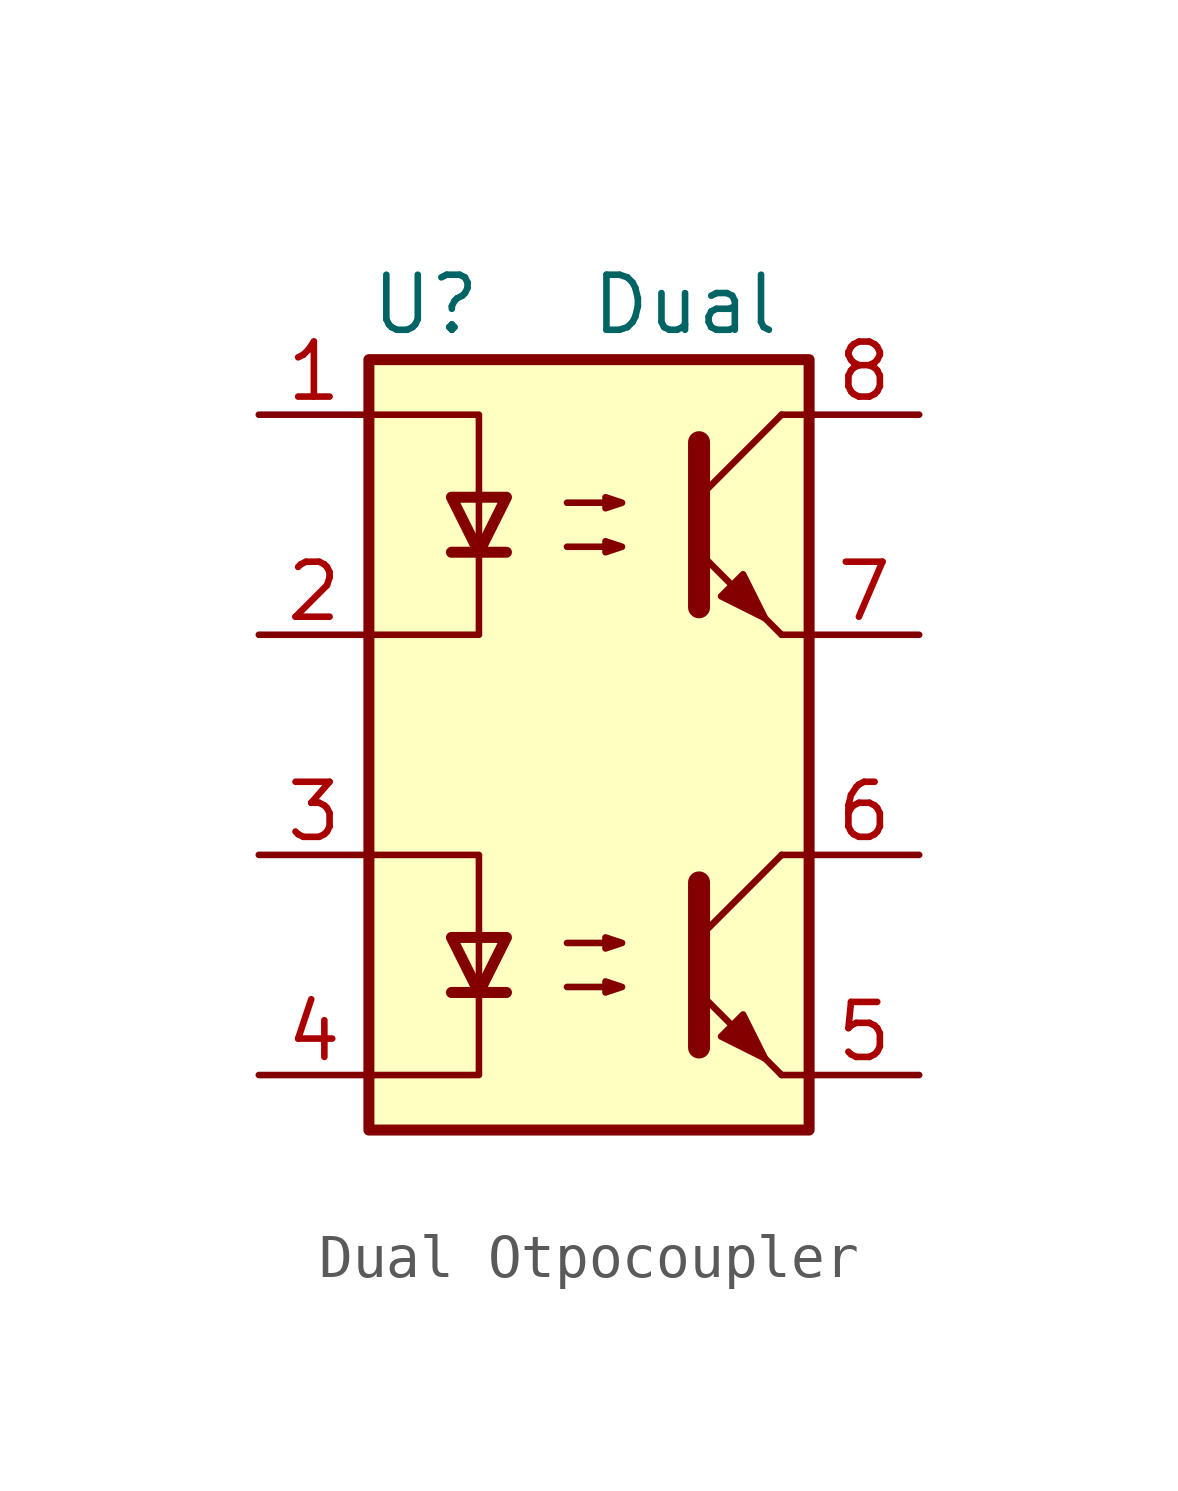
<source format=kicad_sym>
(kicad_symbol_lib
  (version 20220914)
  (generator kicad_symbol_editor)
  (symbol "Dual Otpocoupler"
    (pin_names
      (offset 1.016))
    (property "Reference" "U"
      (at -5.08 10.16 0)
      (effects (font (size 1.27 1.27)) (justify left)))
    (property "Value" "Dual"
      (at 0 10.16 0)
      (effects (font (size 1.27 1.27)) (justify left)))
    (symbol "Dual Otpocoupler_0_1"
      (rectangle (start -5.08 8.89) (end 5.08 -8.89) (stroke (width 0.254) (type default)) (fill (type background)))
      (polyline (pts (xy -3.175 -5.715) (xy -1.905 -5.715)) (stroke (width 0.254) (type default)) (fill (type none)))
      (polyline (pts (xy -3.175 4.445) (xy -1.905 4.445)) (stroke (width 0.254) (type default)) (fill (type none)))
      (polyline (pts (xy 2.54 -4.445) (xy 4.445 -2.54)) (stroke (width 0) (type default)) (fill (type none)))
      (polyline (pts (xy 2.54 5.715) (xy 4.445 7.62)) (stroke (width 0) (type default)) (fill (type none)))
      (polyline (pts (xy 4.445 -7.62) (xy 2.54 -5.715)) (stroke (width 0) (type default)) (fill (type outline)))
      (polyline (pts (xy 4.445 -7.62) (xy 5.08 -7.62)) (stroke (width 0) (type default)) (fill (type none)))
      (polyline (pts (xy 4.445 -2.54) (xy 5.08 -2.54)) (stroke (width 0) (type default)) (fill (type none)))
      (polyline (pts (xy 4.445 2.54) (xy 2.54 4.445)) (stroke (width 0) (type default)) (fill (type outline)))
      (polyline (pts (xy 4.445 2.54) (xy 5.08 2.54)) (stroke (width 0) (type default)) (fill (type none)))
      (polyline (pts (xy 4.445 7.62) (xy 5.08 7.62)) (stroke (width 0) (type default)) (fill (type none)))
      (polyline (pts (xy -5.08 -2.54) (xy -2.54 -2.54) (xy -2.54 -5.715)) (stroke (width 0) (type default)) (fill (type none)))
      (polyline (pts (xy -5.08 7.62) (xy -2.54 7.62) (xy -2.54 4.445)) (stroke (width 0) (type default)) (fill (type none)))
      (polyline (pts (xy -2.54 -5.715) (xy -2.54 -7.62) (xy -5.08 -7.62)) (stroke (width 0) (type default)) (fill (type none)))
      (polyline (pts (xy -2.54 4.445) (xy -2.54 2.54) (xy -5.08 2.54)) (stroke (width 0) (type default)) (fill (type none)))
      (polyline (pts (xy 2.54 -3.175) (xy 2.54 -6.985) (xy 2.54 -6.985)) (stroke (width 0.508) (type default)) (fill (type none)))
      (polyline (pts (xy 2.54 6.985) (xy 2.54 3.175) (xy 2.54 3.175)) (stroke (width 0.508) (type default)) (fill (type none)))
      (polyline (pts (xy -2.54 -5.715) (xy -3.175 -4.445) (xy -1.905 -4.445) (xy -2.54 -5.715)) (stroke (width 0.254) (type default)) (fill (type none)))
      (polyline (pts (xy -2.54 4.445) (xy -3.175 5.715) (xy -1.905 5.715) (xy -2.54 4.445)) (stroke (width 0.254) (type default)) (fill (type none)))
      (polyline (pts (xy -0.508 -5.588) (xy 0.762 -5.588) (xy 0.381 -5.715) (xy 0.381 -5.461) (xy 0.762 -5.588)) (stroke (width 0) (type default)) (fill (type none)))
      (polyline (pts (xy -0.508 -4.572) (xy 0.762 -4.572) (xy 0.381 -4.699) (xy 0.381 -4.445) (xy 0.762 -4.572)) (stroke (width 0) (type default)) (fill (type none)))
      (polyline (pts (xy -0.508 4.572) (xy 0.762 4.572) (xy 0.381 4.445) (xy 0.381 4.699) (xy 0.762 4.572)) (stroke (width 0) (type default)) (fill (type none)))
      (polyline (pts (xy -0.508 5.588) (xy 0.762 5.588) (xy 0.381 5.461) (xy 0.381 5.715) (xy 0.762 5.588)) (stroke (width 0) (type default)) (fill (type none)))
      (polyline (pts (xy 3.048 -6.731) (xy 3.556 -6.223) (xy 4.064 -7.239) (xy 3.048 -6.731) (xy 3.048 -6.731)) (stroke (width 0) (type default)) (fill (type outline)))
      (polyline (pts (xy 3.048 3.429) (xy 3.556 3.937) (xy 4.064 2.921) (xy 3.048 3.429) (xy 3.048 3.429)) (stroke (width 0) (type default)) (fill (type outline))))
    (symbol "Dual Otpocoupler_1_1"
      (pin passive line (at -7.62 7.62 0) (length 2.54) (name "~" (effects (font (size 1.27 1.27)))) (number "1" (effects (font (size 1.27 1.27)))))
      (pin passive line (at -7.62 2.54 0) (length 2.54) (name "~" (effects (font (size 1.27 1.27)))) (number "2" (effects (font (size 1.27 1.27)))))
      (pin passive line (at -7.62 -2.54 0) (length 2.54) (name "~" (effects (font (size 1.27 1.27)))) (number "3" (effects (font (size 1.27 1.27)))))
      (pin passive line (at -7.62 -7.62 0) (length 2.54) (name "~" (effects (font (size 1.27 1.27)))) (number "4" (effects (font (size 1.27 1.27)))))
      (pin passive line (at 7.62 -7.62 180) (length 2.54) (name "~" (effects (font (size 1.27 1.27)))) (number "5" (effects (font (size 1.27 1.27)))))
      (pin passive line (at 7.62 -2.54 180) (length 2.54) (name "~" (effects (font (size 1.27 1.27)))) (number "6" (effects (font (size 1.27 1.27)))))
      (pin passive line (at 7.62 2.54 180) (length 2.54) (name "~" (effects (font (size 1.27 1.27)))) (number "7" (effects (font (size 1.27 1.27)))))
      (pin passive line (at 7.62 7.62 180) (length 2.54) (name "~" (effects (font (size 1.27 1.27)))) (number "8" (effects (font (size 1.27 1.27))))))))
</source>
